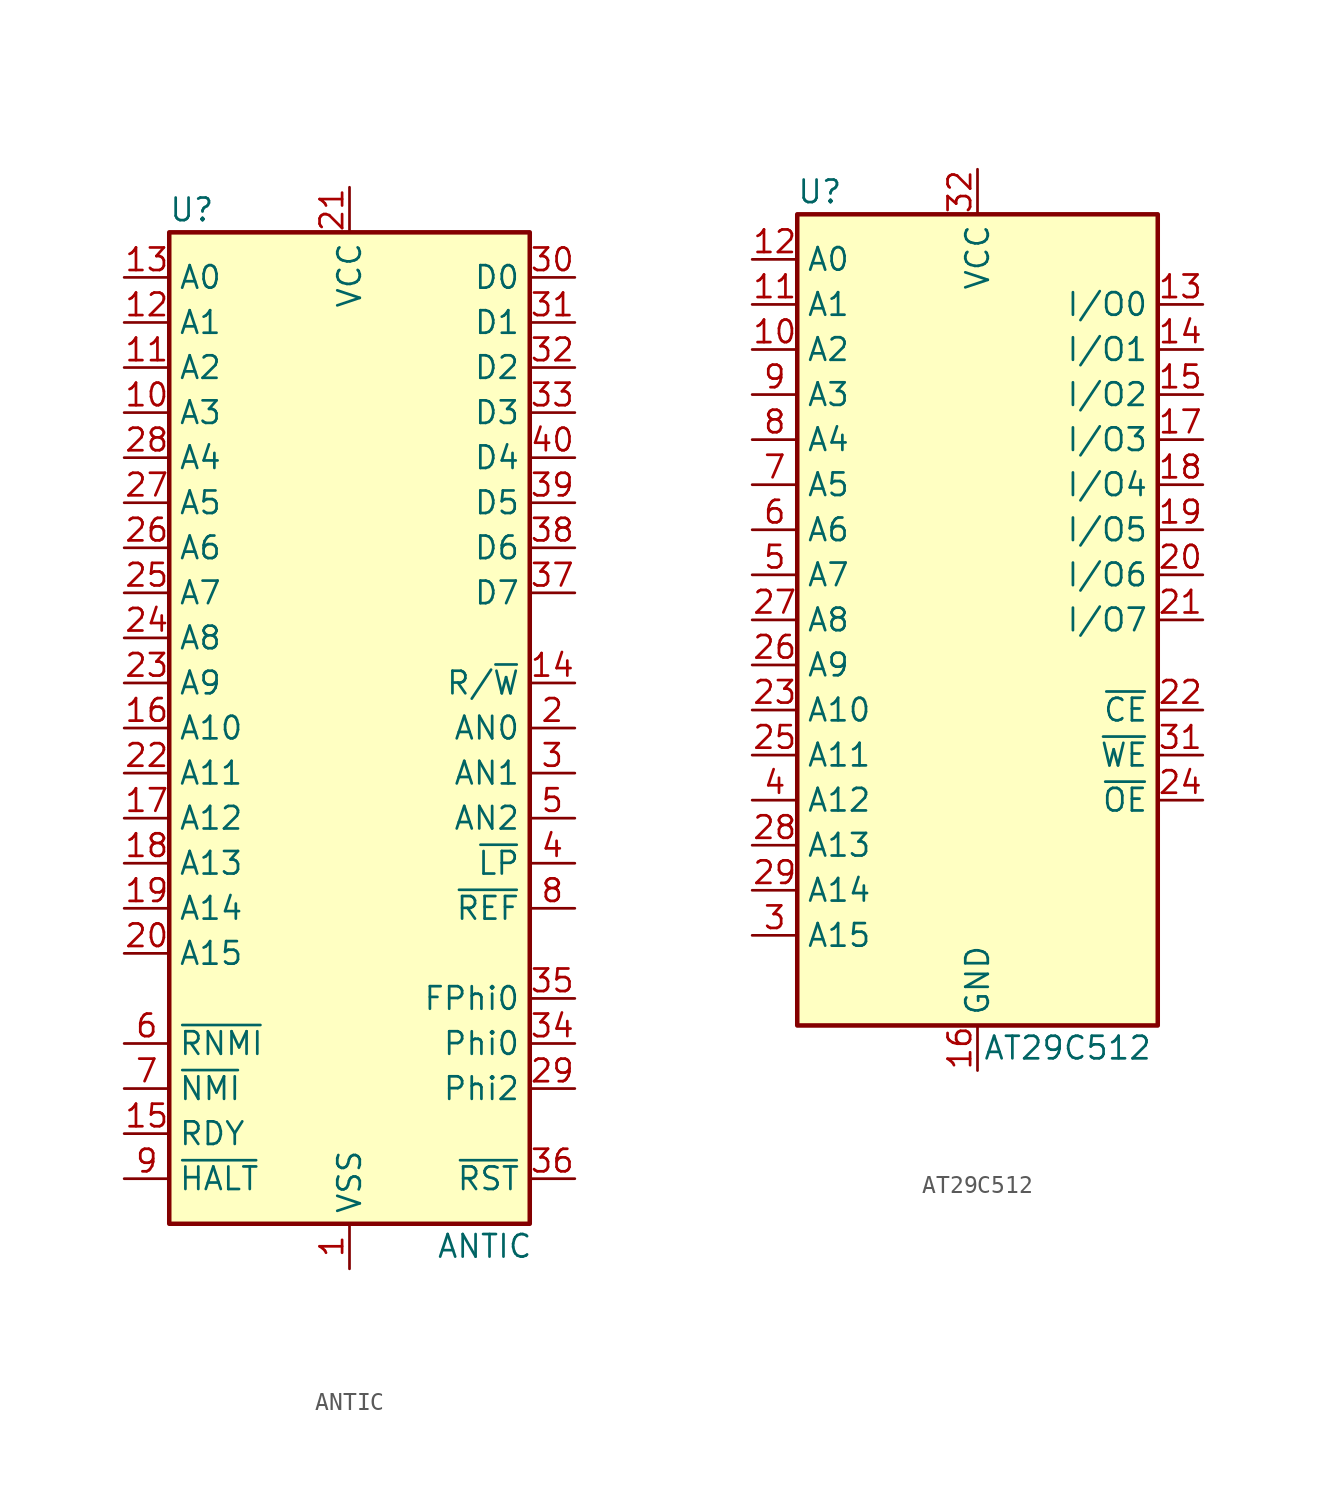
<source format=kicad_sym>
(kicad_symbol_lib
  (version 20231120)
  (generator "kicad_symbol_editor")
  (generator_version "8.0")
  (symbol "ANTIC"
    (property "Reference" "U"
      (at -8.89 29.21 0)
      (effects (font (size 1.27 1.27))))
    (property "Value" "ANTIC"
      (at 7.62 -29.21 0)
      (effects (font (size 1.27 1.27))))
    (symbol "ANTIC_1_1"
      (rectangle (start -10.16 27.94) (end 10.16 -27.94) (stroke (width 0.254) (type default)) (fill (type background)))
      (pin power_in line (at 0 -30.48 90) (length 2.54) (name "VSS" (effects (font (size 1.27 1.27)))) (number "1" (effects (font (size 1.27 1.27)))))
      (pin bidirectional line (at -12.7 17.78 0) (length 2.54) (name "A3" (effects (font (size 1.27 1.27)))) (number "10" (effects (font (size 1.27 1.27)))))
      (pin bidirectional line (at -12.7 20.32 0) (length 2.54) (name "A2" (effects (font (size 1.27 1.27)))) (number "11" (effects (font (size 1.27 1.27)))))
      (pin bidirectional line (at -12.7 22.86 0) (length 2.54) (name "A1" (effects (font (size 1.27 1.27)))) (number "12" (effects (font (size 1.27 1.27)))))
      (pin bidirectional line (at -12.7 25.4 0) (length 2.54) (name "A0" (effects (font (size 1.27 1.27)))) (number "13" (effects (font (size 1.27 1.27)))))
      (pin input line (at 12.7 2.54 180) (length 2.54) (name "R/~{W}" (effects (font (size 1.27 1.27)))) (number "14" (effects (font (size 1.27 1.27)))))
      (pin output line (at -12.7 -22.86 0) (length 2.54) (name "RDY" (effects (font (size 1.27 1.27)))) (number "15" (effects (font (size 1.27 1.27)))))
      (pin bidirectional line (at -12.7 0 0) (length 2.54) (name "A10" (effects (font (size 1.27 1.27)))) (number "16" (effects (font (size 1.27 1.27)))))
      (pin bidirectional line (at -12.7 -5.08 0) (length 2.54) (name "A12" (effects (font (size 1.27 1.27)))) (number "17" (effects (font (size 1.27 1.27)))))
      (pin bidirectional line (at -12.7 -7.62 0) (length 2.54) (name "A13" (effects (font (size 1.27 1.27)))) (number "18" (effects (font (size 1.27 1.27)))))
      (pin bidirectional line (at -12.7 -10.16 0) (length 2.54) (name "A14" (effects (font (size 1.27 1.27)))) (number "19" (effects (font (size 1.27 1.27)))))
      (pin output line (at 12.7 0 180) (length 2.54) (name "AN0" (effects (font (size 1.27 1.27)))) (number "2" (effects (font (size 1.27 1.27)))))
      (pin bidirectional line (at -12.7 -12.7 0) (length 2.54) (name "A15" (effects (font (size 1.27 1.27)))) (number "20" (effects (font (size 1.27 1.27)))))
      (pin power_in line (at 0 30.48 270) (length 2.54) (name "VCC" (effects (font (size 1.27 1.27)))) (number "21" (effects (font (size 1.27 1.27)))))
      (pin bidirectional line (at -12.7 -2.54 0) (length 2.54) (name "A11" (effects (font (size 1.27 1.27)))) (number "22" (effects (font (size 1.27 1.27)))))
      (pin bidirectional line (at -12.7 2.54 0) (length 2.54) (name "A9" (effects (font (size 1.27 1.27)))) (number "23" (effects (font (size 1.27 1.27)))))
      (pin bidirectional line (at -12.7 5.08 0) (length 2.54) (name "A8" (effects (font (size 1.27 1.27)))) (number "24" (effects (font (size 1.27 1.27)))))
      (pin bidirectional line (at -12.7 7.62 0) (length 2.54) (name "A7" (effects (font (size 1.27 1.27)))) (number "25" (effects (font (size 1.27 1.27)))))
      (pin bidirectional line (at -12.7 10.16 0) (length 2.54) (name "A6" (effects (font (size 1.27 1.27)))) (number "26" (effects (font (size 1.27 1.27)))))
      (pin bidirectional line (at -12.7 12.7 0) (length 2.54) (name "A5" (effects (font (size 1.27 1.27)))) (number "27" (effects (font (size 1.27 1.27)))))
      (pin bidirectional line (at -12.7 15.24 0) (length 2.54) (name "A4" (effects (font (size 1.27 1.27)))) (number "28" (effects (font (size 1.27 1.27)))))
      (pin input line (at 12.7 -20.32 180) (length 2.54) (name "Phi2" (effects (font (size 1.27 1.27)))) (number "29" (effects (font (size 1.27 1.27)))))
      (pin output line (at 12.7 -2.54 180) (length 2.54) (name "AN1" (effects (font (size 1.27 1.27)))) (number "3" (effects (font (size 1.27 1.27)))))
      (pin bidirectional line (at 12.7 25.4 180) (length 2.54) (name "D0" (effects (font (size 1.27 1.27)))) (number "30" (effects (font (size 1.27 1.27)))))
      (pin bidirectional line (at 12.7 22.86 180) (length 2.54) (name "D1" (effects (font (size 1.27 1.27)))) (number "31" (effects (font (size 1.27 1.27)))))
      (pin bidirectional line (at 12.7 20.32 180) (length 2.54) (name "D2" (effects (font (size 1.27 1.27)))) (number "32" (effects (font (size 1.27 1.27)))))
      (pin bidirectional line (at 12.7 17.78 180) (length 2.54) (name "D3" (effects (font (size 1.27 1.27)))) (number "33" (effects (font (size 1.27 1.27)))))
      (pin output line (at 12.7 -17.78 180) (length 2.54) (name "Phi0" (effects (font (size 1.27 1.27)))) (number "34" (effects (font (size 1.27 1.27)))))
      (pin input line (at 12.7 -15.24 180) (length 2.54) (name "FPhi0" (effects (font (size 1.27 1.27)))) (number "35" (effects (font (size 1.27 1.27)))))
      (pin input line (at 12.7 -25.4 180) (length 2.54) (name "~{RST}" (effects (font (size 1.27 1.27)))) (number "36" (effects (font (size 1.27 1.27)))))
      (pin bidirectional line (at 12.7 7.62 180) (length 2.54) (name "D7" (effects (font (size 1.27 1.27)))) (number "37" (effects (font (size 1.27 1.27)))))
      (pin bidirectional line (at 12.7 10.16 180) (length 2.54) (name "D6" (effects (font (size 1.27 1.27)))) (number "38" (effects (font (size 1.27 1.27)))))
      (pin bidirectional line (at 12.7 12.7 180) (length 2.54) (name "D5" (effects (font (size 1.27 1.27)))) (number "39" (effects (font (size 1.27 1.27)))))
      (pin input line (at 12.7 -7.62 180) (length 2.54) (name "~{LP}" (effects (font (size 1.27 1.27)))) (number "4" (effects (font (size 1.27 1.27)))))
      (pin bidirectional line (at 12.7 15.24 180) (length 2.54) (name "D4" (effects (font (size 1.27 1.27)))) (number "40" (effects (font (size 1.27 1.27)))))
      (pin output line (at 12.7 -5.08 180) (length 2.54) (name "AN2" (effects (font (size 1.27 1.27)))) (number "5" (effects (font (size 1.27 1.27)))))
      (pin input line (at -12.7 -17.78 0) (length 2.54) (name "~{RNMI}" (effects (font (size 1.27 1.27)))) (number "6" (effects (font (size 1.27 1.27)))))
      (pin output line (at -12.7 -20.32 0) (length 2.54) (name "~{NMI}" (effects (font (size 1.27 1.27)))) (number "7" (effects (font (size 1.27 1.27)))))
      (pin output line (at 12.7 -10.16 180) (length 2.54) (name "~{REF}" (effects (font (size 1.27 1.27)))) (number "8" (effects (font (size 1.27 1.27)))))
      (pin output line (at -12.7 -25.4 0) (length 2.54) (name "~{HALT}" (effects (font (size 1.27 1.27)))) (number "9" (effects (font (size 1.27 1.27)))))))
  (symbol "AT29C512"
    (property "Reference" "U"
      (at -8.89 24.13 0)
      (effects (font (size 1.27 1.27))))
    (property "Value" "AT29C512"
      (at 5.08 -24.13 0)
      (effects (font (size 1.27 1.27))))
    (symbol "AT29C512_1_1"
      (rectangle (start -10.16 -22.86) (end 10.16 22.86) (stroke (width 0.254) (type default)) (fill (type background)))
      (pin input line (at -12.7 15.24 0) (length 2.54) (name "A2" (effects (font (size 1.27 1.27)))) (number "10" (effects (font (size 1.27 1.27)))))
      (pin input line (at -12.7 17.78 0) (length 2.54) (name "A1" (effects (font (size 1.27 1.27)))) (number "11" (effects (font (size 1.27 1.27)))))
      (pin input line (at -12.7 20.32 0) (length 2.54) (name "A0" (effects (font (size 1.27 1.27)))) (number "12" (effects (font (size 1.27 1.27)))))
      (pin bidirectional line (at 12.7 17.78 180) (length 2.54) (name "I/O0" (effects (font (size 1.27 1.27)))) (number "13" (effects (font (size 1.27 1.27)))))
      (pin bidirectional line (at 12.7 15.24 180) (length 2.54) (name "I/O1" (effects (font (size 1.27 1.27)))) (number "14" (effects (font (size 1.27 1.27)))))
      (pin bidirectional line (at 12.7 12.7 180) (length 2.54) (name "I/O2" (effects (font (size 1.27 1.27)))) (number "15" (effects (font (size 1.27 1.27)))))
      (pin power_in line (at 0 -25.4 90) (length 2.54) (name "GND" (effects (font (size 1.27 1.27)))) (number "16" (effects (font (size 1.27 1.27)))))
      (pin bidirectional line (at 12.7 10.16 180) (length 2.54) (name "I/O3" (effects (font (size 1.27 1.27)))) (number "17" (effects (font (size 1.27 1.27)))))
      (pin bidirectional line (at 12.7 7.62 180) (length 2.54) (name "I/O4" (effects (font (size 1.27 1.27)))) (number "18" (effects (font (size 1.27 1.27)))))
      (pin bidirectional line (at 12.7 5.08 180) (length 2.54) (name "I/O5" (effects (font (size 1.27 1.27)))) (number "19" (effects (font (size 1.27 1.27)))))
      (pin bidirectional line (at 12.7 2.54 180) (length 2.54) (name "I/O6" (effects (font (size 1.27 1.27)))) (number "20" (effects (font (size 1.27 1.27)))))
      (pin bidirectional line (at 12.7 0 180) (length 2.54) (name "I/O7" (effects (font (size 1.27 1.27)))) (number "21" (effects (font (size 1.27 1.27)))))
      (pin input line (at 12.7 -5.08 180) (length 2.54) (name "~{CE}" (effects (font (size 1.27 1.27)))) (number "22" (effects (font (size 1.27 1.27)))))
      (pin input line (at -12.7 -5.08 0) (length 2.54) (name "A10" (effects (font (size 1.27 1.27)))) (number "23" (effects (font (size 1.27 1.27)))))
      (pin input line (at 12.7 -10.16 180) (length 2.54) (name "~{OE}" (effects (font (size 1.27 1.27)))) (number "24" (effects (font (size 1.27 1.27)))))
      (pin input line (at -12.7 -7.62 0) (length 2.54) (name "A11" (effects (font (size 1.27 1.27)))) (number "25" (effects (font (size 1.27 1.27)))))
      (pin input line (at -12.7 -2.54 0) (length 2.54) (name "A9" (effects (font (size 1.27 1.27)))) (number "26" (effects (font (size 1.27 1.27)))))
      (pin input line (at -12.7 0 0) (length 2.54) (name "A8" (effects (font (size 1.27 1.27)))) (number "27" (effects (font (size 1.27 1.27)))))
      (pin input line (at -12.7 -12.7 0) (length 2.54) (name "A13" (effects (font (size 1.27 1.27)))) (number "28" (effects (font (size 1.27 1.27)))))
      (pin input line (at -12.7 -15.24 0) (length 2.54) (name "A14" (effects (font (size 1.27 1.27)))) (number "29" (effects (font (size 1.27 1.27)))))
      (pin input line (at -12.7 -17.78 0) (length 2.54) (name "A15" (effects (font (size 1.27 1.27)))) (number "3" (effects (font (size 1.27 1.27)))))
      (pin input line (at 12.7 -7.62 180) (length 2.54) (name "~{WE}" (effects (font (size 1.27 1.27)))) (number "31" (effects (font (size 1.27 1.27)))))
      (pin power_in line (at 0 25.4 270) (length 2.54) (name "VCC" (effects (font (size 1.27 1.27)))) (number "32" (effects (font (size 1.27 1.27)))))
      (pin input line (at -12.7 -10.16 0) (length 2.54) (name "A12" (effects (font (size 1.27 1.27)))) (number "4" (effects (font (size 1.27 1.27)))))
      (pin input line (at -12.7 2.54 0) (length 2.54) (name "A7" (effects (font (size 1.27 1.27)))) (number "5" (effects (font (size 1.27 1.27)))))
      (pin input line (at -12.7 5.08 0) (length 2.54) (name "A6" (effects (font (size 1.27 1.27)))) (number "6" (effects (font (size 1.27 1.27)))))
      (pin input line (at -12.7 7.62 0) (length 2.54) (name "A5" (effects (font (size 1.27 1.27)))) (number "7" (effects (font (size 1.27 1.27)))))
      (pin input line (at -12.7 10.16 0) (length 2.54) (name "A4" (effects (font (size 1.27 1.27)))) (number "8" (effects (font (size 1.27 1.27)))))
      (pin input line (at -12.7 12.7 0) (length 2.54) (name "A3" (effects (font (size 1.27 1.27)))) (number "9" (effects (font (size 1.27 1.27))))))))
</source>
